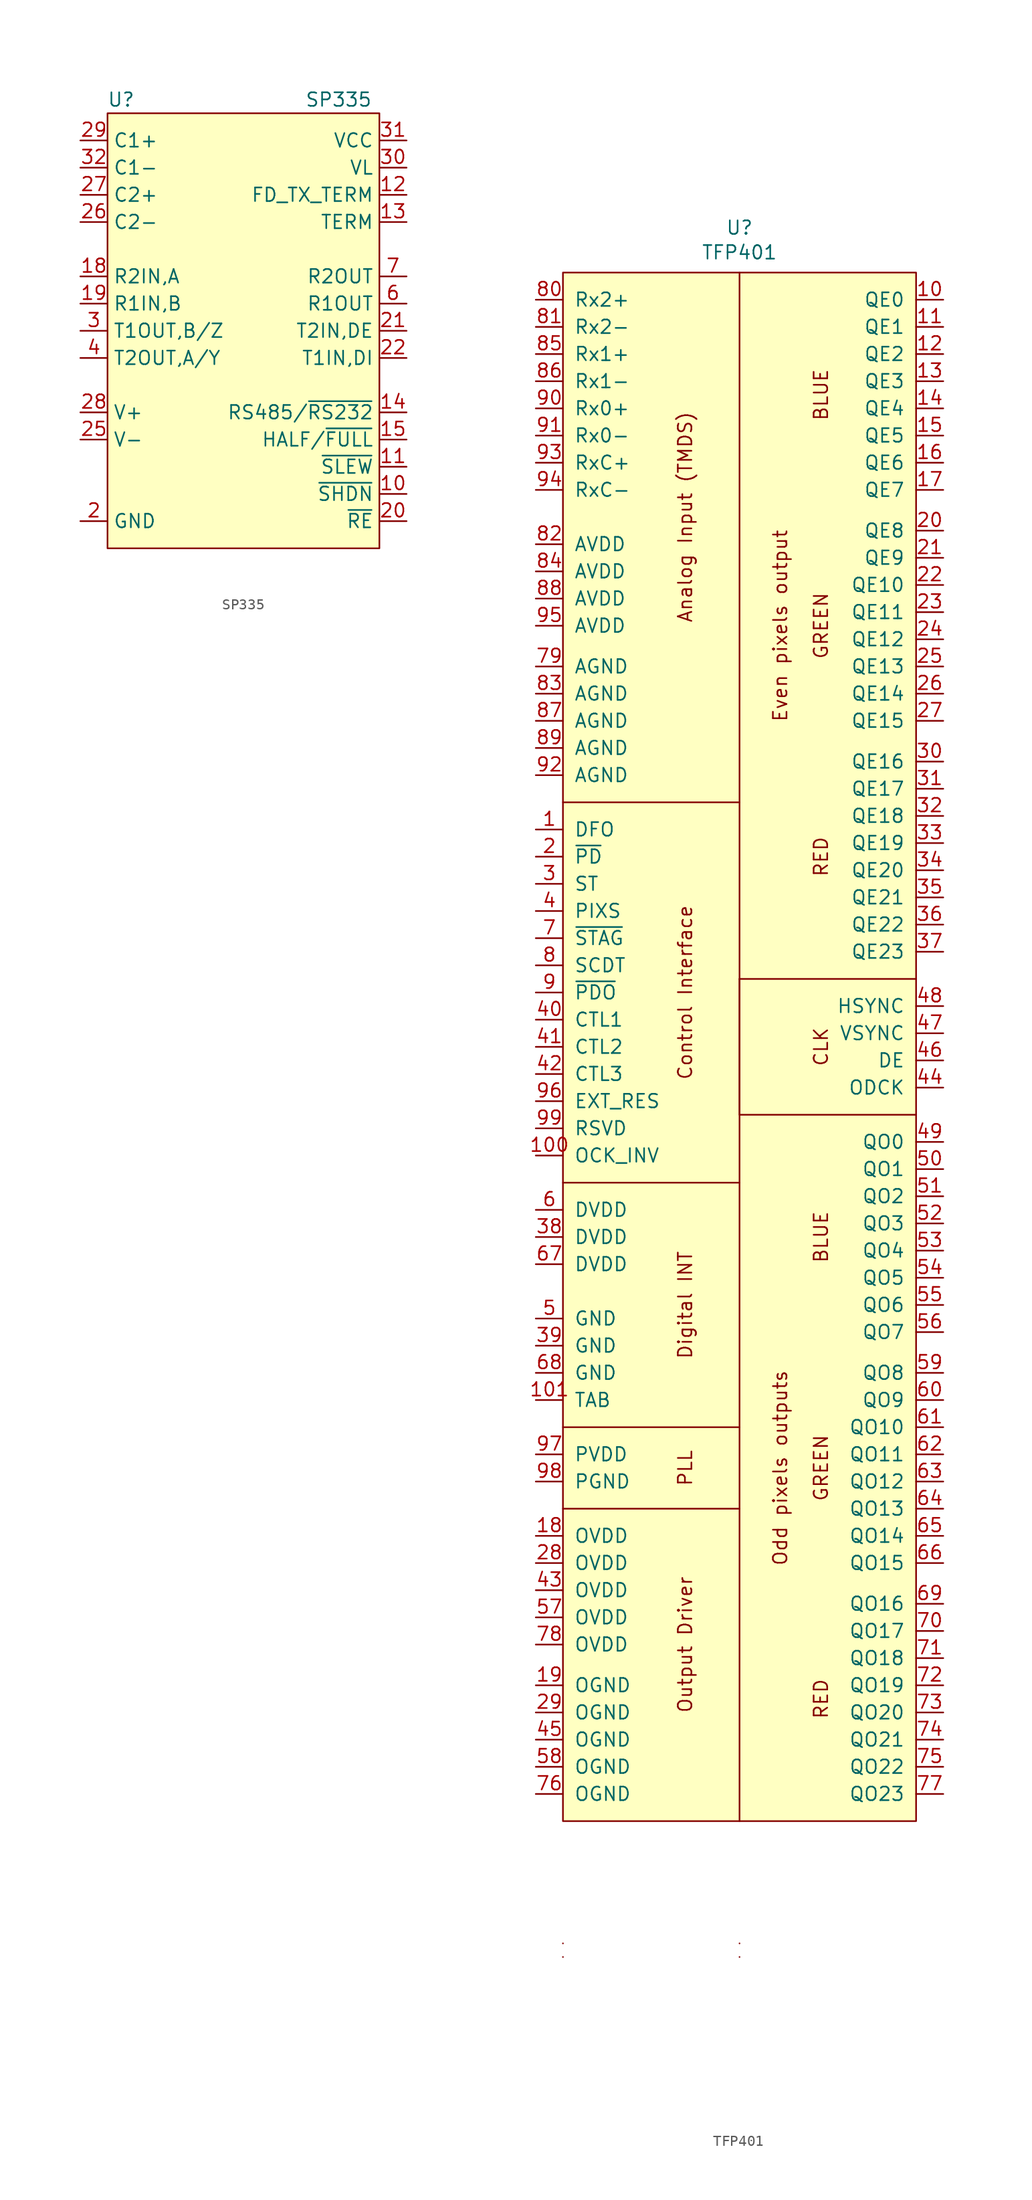
<source format=kicad_sym>
(kicad_symbol_lib
  (version 20231120)
  (generator "kicad_symbol_editor")
  (generator_version "8.0")
  (symbol "SP335"
    (property "Reference" "U"
      (at -11.43 19.05 0)
      (effects (font (size 1.27 1.27))))
    (property "Value" "SP335"
      (at 8.89 19.05 0)
      (effects (font (size 1.27 1.27))))
    (symbol "SP335_0_0"
      (pin no_connect line (at -15.24 -15.24 0) (length 2.54) hide (name "N.C." (effects (font (size 1.27 1.27)))) (number "1" (effects (font (size 1.27 1.27)))))
      (pin output line (at 15.24 -17.78 180) (length 2.54) (name "~{SHDN}" (effects (font (size 1.27 1.27)))) (number "10" (effects (font (size 1.27 1.27)))))
      (pin output line (at 15.24 -15.24 180) (length 2.54) (name "~{SLEW}" (effects (font (size 1.27 1.27)))) (number "11" (effects (font (size 1.27 1.27)))))
      (pin passive line (at 15.24 10.16 180) (length 2.54) (name "FD_TX_TERM" (effects (font (size 1.27 1.27)))) (number "12" (effects (font (size 1.27 1.27)))))
      (pin passive line (at 15.24 7.62 180) (length 2.54) (name "TERM" (effects (font (size 1.27 1.27)))) (number "13" (effects (font (size 1.27 1.27)))))
      (pin input line (at 15.24 -10.16 180) (length 2.54) (name "RS485/~{RS232}" (effects (font (size 1.27 1.27)))) (number "14" (effects (font (size 1.27 1.27)))))
      (pin unspecified line (at 15.24 -12.7 180) (length 2.54) (name "HALF/~{FULL}" (effects (font (size 1.27 1.27)))) (number "15" (effects (font (size 1.27 1.27)))))
      (pin no_connect line (at -15.24 -15.24 0) (length 2.54) hide (name "N.C." (effects (font (size 1.27 1.27)))) (number "16" (effects (font (size 1.27 1.27)))))
      (pin power_in line (at -15.24 -20.32 0) (length 2.54) hide (name "GND" (effects (font (size 1.27 1.27)))) (number "17" (effects (font (size 1.27 1.27)))))
      (pin input line (at -15.24 2.54 0) (length 2.54) (name "R2IN,A" (effects (font (size 1.27 1.27)))) (number "18" (effects (font (size 1.27 1.27)))))
      (pin input line (at -15.24 0 0) (length 2.54) (name "R1IN,B" (effects (font (size 1.27 1.27)))) (number "19" (effects (font (size 1.27 1.27)))))
      (pin power_in line (at -15.24 -20.32 0) (length 2.54) (name "GND" (effects (font (size 1.27 1.27)))) (number "2" (effects (font (size 1.27 1.27)))))
      (pin unspecified line (at 15.24 -20.32 180) (length 2.54) (name "~{RE}" (effects (font (size 1.27 1.27)))) (number "20" (effects (font (size 1.27 1.27)))))
      (pin input line (at 15.24 -2.54 180) (length 2.54) (name "T2IN,DE" (effects (font (size 1.27 1.27)))) (number "21" (effects (font (size 1.27 1.27)))))
      (pin input line (at 15.24 -5.08 180) (length 2.54) (name "T1IN,DI" (effects (font (size 1.27 1.27)))) (number "22" (effects (font (size 1.27 1.27)))))
      (pin no_connect line (at -15.24 -15.24 0) (length 2.54) hide (name "N.C." (effects (font (size 1.27 1.27)))) (number "23" (effects (font (size 1.27 1.27)))))
      (pin no_connect line (at -15.24 -15.24 0) (length 2.54) hide (name "N.C." (effects (font (size 1.27 1.27)))) (number "24" (effects (font (size 1.27 1.27)))))
      (pin passive line (at -15.24 -12.7 0) (length 2.54) (name "V-" (effects (font (size 1.27 1.27)))) (number "25" (effects (font (size 1.27 1.27)))))
      (pin passive line (at -15.24 7.62 0) (length 2.54) (name "C2-" (effects (font (size 1.27 1.27)))) (number "26" (effects (font (size 1.27 1.27)))))
      (pin passive line (at -15.24 10.16 0) (length 2.54) (name "C2+" (effects (font (size 1.27 1.27)))) (number "27" (effects (font (size 1.27 1.27)))))
      (pin passive line (at -15.24 -10.16 0) (length 2.54) (name "V+" (effects (font (size 1.27 1.27)))) (number "28" (effects (font (size 1.27 1.27)))))
      (pin passive line (at -15.24 15.24 0) (length 2.54) (name "C1+" (effects (font (size 1.27 1.27)))) (number "29" (effects (font (size 1.27 1.27)))))
      (pin bidirectional line (at -15.24 -2.54 0) (length 2.54) (name "T1OUT,B/Z" (effects (font (size 1.27 1.27)))) (number "3" (effects (font (size 1.27 1.27)))))
      (pin power_in line (at 15.24 12.7 180) (length 2.54) (name "VL" (effects (font (size 1.27 1.27)))) (number "30" (effects (font (size 1.27 1.27)))))
      (pin power_in line (at 15.24 15.24 180) (length 2.54) (name "VCC" (effects (font (size 1.27 1.27)))) (number "31" (effects (font (size 1.27 1.27)))))
      (pin passive line (at -15.24 12.7 0) (length 2.54) (name "C1-" (effects (font (size 1.27 1.27)))) (number "32" (effects (font (size 1.27 1.27)))))
      (pin power_in line (at -15.24 -20.32 0) (length 2.54) hide (name "GND" (effects (font (size 1.27 1.27)))) (number "33" (effects (font (size 1.27 1.27)))))
      (pin bidirectional line (at -15.24 -5.08 0) (length 2.54) (name "T2OUT,A/Y" (effects (font (size 1.27 1.27)))) (number "4" (effects (font (size 1.27 1.27)))))
      (pin no_connect line (at -15.24 -15.24 0) (length 2.54) hide (name "N.C." (effects (font (size 1.27 1.27)))) (number "5" (effects (font (size 1.27 1.27)))))
      (pin output line (at 15.24 0 180) (length 2.54) (name "R1OUT" (effects (font (size 1.27 1.27)))) (number "6" (effects (font (size 1.27 1.27)))))
      (pin output line (at 15.24 2.54 180) (length 2.54) (name "R2OUT" (effects (font (size 1.27 1.27)))) (number "7" (effects (font (size 1.27 1.27)))))
      (pin no_connect line (at -15.24 -15.24 0) (length 2.54) hide (name "N.C." (effects (font (size 1.27 1.27)))) (number "8" (effects (font (size 1.27 1.27)))))
      (pin no_connect line (at -15.24 -15.24 0) (length 2.54) hide (name "N.C." (effects (font (size 1.27 1.27)))) (number "9" (effects (font (size 1.27 1.27))))))
    (symbol "SP335_0_1"
      (rectangle (start -12.7 17.78) (end 12.7 -22.86) (stroke (width 0) (type default)) (fill (type background)))))
  (symbol "TFP401"
    (pin_names
      (offset 1.016))
    (property "Reference" "U"
      (at 0 4.191 0)
      (effects (font (size 1.27 1.27))))
    (property "Value" "TFP401"
      (at 0 1.88 0)
      (effects (font (size 1.27 1.27))))
    (symbol "TFP401_0_0"
      (polyline (pts (xy 0 -66.04) (xy 0 -78.74) (xy 16.51 -78.74)) (stroke (width 0) (type solid)) (fill (type none)))
      (text "BLUE" (at 7.62 -90.17 900) (effects (font (size 1.27 1.27))))
      (text "BLUE" (at 7.62 -11.43 900) (effects (font (size 1.27 1.27))))
      (text "Digital INT" (at -5.08 -96.52 900) (effects (font (size 1.27 1.27))))
      (text "GREEN" (at 7.62 -111.76 900) (effects (font (size 1.27 1.27))))
      (text "GREEN" (at 7.62 -33.02 900) (effects (font (size 1.27 1.27))))
      (text "RED" (at 7.62 -133.35 900) (effects (font (size 1.27 1.27))))
      (text "RED" (at 7.62 -54.61 900) (effects (font (size 1.27 1.27)))))
    (symbol "TFP401_0_1"
      (polyline (pts (xy -16.51 -157.48) (xy -16.51 -157.48)) (stroke (width 0) (type default)) (fill (type none)))
      (polyline (pts (xy -16.51 -156.21) (xy -16.51 -156.21)) (stroke (width 0) (type default)) (fill (type none)))
      (polyline (pts (xy 0 -157.48) (xy 0 -157.48)) (stroke (width 0) (type default)) (fill (type none)))
      (polyline (pts (xy 0 -156.21) (xy 0 -156.21)) (stroke (width 0) (type default)) (fill (type none)))
      (polyline (pts (xy 0 -144.78) (xy 0 0)) (stroke (width 0) (type default)) (fill (type none)))
      (polyline (pts (xy 16.51 -66.04) (xy 0 -66.04)) (stroke (width 0) (type solid)) (fill (type none)))
      (polyline (pts (xy -16.51 -115.57) (xy 0 -115.57) (xy 0 -115.57)) (stroke (width 0) (type default)) (fill (type none)))
      (polyline (pts (xy -16.51 -107.95) (xy 0 -107.95) (xy 0 -107.95)) (stroke (width 0) (type default)) (fill (type none)))
      (polyline (pts (xy -16.51 -85.09) (xy 0 -85.09) (xy 0 -85.09)) (stroke (width 0) (type default)) (fill (type none)))
      (polyline (pts (xy -16.51 -49.53) (xy 0 -49.53) (xy 0 -49.53)) (stroke (width 0) (type default)) (fill (type none))))
    (symbol "TFP401_1_0"
      (rectangle (start -16.51 0) (end 16.51 -144.78) (stroke (width 0) (type solid)) (fill (type background)))
      (text "Analog Input (TMDS)" (at -5.08 -22.86 900) (effects (font (size 1.27 1.27))))
      (text "CLK" (at 7.62 -72.39 900) (effects (font (size 1.27 1.27))))
      (text "Control Interface" (at -5.08 -67.31 900) (effects (font (size 1.27 1.27))))
      (text "Even pixels output" (at 3.81 -33.02 900) (effects (font (size 1.27 1.27))))
      (text "Odd pixels outputs" (at 3.81 -111.76 900) (effects (font (size 1.27 1.27))))
      (text "Output Driver" (at -5.08 -128.27 900) (effects (font (size 1.27 1.27))))
      (text "PLL" (at -5.08 -111.76 900) (effects (font (size 1.27 1.27)))))
    (symbol "TFP401_1_1"
      (pin input line (at -19.05 -52.07 0) (length 2.54) (name "DFO" (effects (font (size 1.27 1.27)))) (number "1" (effects (font (size 1.27 1.27)))))
      (pin output line (at 19.05 -2.54 180) (length 2.54) (name "QE0" (effects (font (size 1.27 1.27)))) (number "10" (effects (font (size 1.27 1.27)))))
      (pin input line (at -19.05 -82.55 0) (length 2.54) (name "OCK_INV" (effects (font (size 1.27 1.27)))) (number "100" (effects (font (size 1.27 1.27)))))
      (pin power_in line (at -19.05 -105.41 0) (length 2.54) (name "TAB" (effects (font (size 1.27 1.27)))) (number "101" (effects (font (size 1.27 1.27)))))
      (pin output line (at 19.05 -5.08 180) (length 2.54) (name "QE1" (effects (font (size 1.27 1.27)))) (number "11" (effects (font (size 1.27 1.27)))))
      (pin output line (at 19.05 -7.62 180) (length 2.54) (name "QE2" (effects (font (size 1.27 1.27)))) (number "12" (effects (font (size 1.27 1.27)))))
      (pin output line (at 19.05 -10.16 180) (length 2.54) (name "QE3" (effects (font (size 1.27 1.27)))) (number "13" (effects (font (size 1.27 1.27)))))
      (pin output line (at 19.05 -12.7 180) (length 2.54) (name "QE4" (effects (font (size 1.27 1.27)))) (number "14" (effects (font (size 1.27 1.27)))))
      (pin output line (at 19.05 -15.24 180) (length 2.54) (name "QE5" (effects (font (size 1.27 1.27)))) (number "15" (effects (font (size 1.27 1.27)))))
      (pin output line (at 19.05 -17.78 180) (length 2.54) (name "QE6" (effects (font (size 1.27 1.27)))) (number "16" (effects (font (size 1.27 1.27)))))
      (pin output line (at 19.05 -20.32 180) (length 2.54) (name "QE7" (effects (font (size 1.27 1.27)))) (number "17" (effects (font (size 1.27 1.27)))))
      (pin power_in line (at -19.05 -118.11 0) (length 2.54) (name "OVDD" (effects (font (size 1.27 1.27)))) (number "18" (effects (font (size 1.27 1.27)))))
      (pin power_in line (at -19.05 -132.08 0) (length 2.54) (name "OGND" (effects (font (size 1.27 1.27)))) (number "19" (effects (font (size 1.27 1.27)))))
      (pin input line (at -19.05 -54.61 0) (length 2.54) (name "~{PD}" (effects (font (size 1.27 1.27)))) (number "2" (effects (font (size 1.27 1.27)))))
      (pin output line (at 19.05 -24.13 180) (length 2.54) (name "QE8" (effects (font (size 1.27 1.27)))) (number "20" (effects (font (size 1.27 1.27)))))
      (pin output line (at 19.05 -26.67 180) (length 2.54) (name "QE9" (effects (font (size 1.27 1.27)))) (number "21" (effects (font (size 1.27 1.27)))))
      (pin output line (at 19.05 -29.21 180) (length 2.54) (name "QE10" (effects (font (size 1.27 1.27)))) (number "22" (effects (font (size 1.27 1.27)))))
      (pin output line (at 19.05 -31.75 180) (length 2.54) (name "QE11" (effects (font (size 1.27 1.27)))) (number "23" (effects (font (size 1.27 1.27)))))
      (pin output line (at 19.05 -34.29 180) (length 2.54) (name "QE12" (effects (font (size 1.27 1.27)))) (number "24" (effects (font (size 1.27 1.27)))))
      (pin output line (at 19.05 -36.83 180) (length 2.54) (name "QE13" (effects (font (size 1.27 1.27)))) (number "25" (effects (font (size 1.27 1.27)))))
      (pin output line (at 19.05 -39.37 180) (length 2.54) (name "QE14" (effects (font (size 1.27 1.27)))) (number "26" (effects (font (size 1.27 1.27)))))
      (pin output line (at 19.05 -41.91 180) (length 2.54) (name "QE15" (effects (font (size 1.27 1.27)))) (number "27" (effects (font (size 1.27 1.27)))))
      (pin power_in line (at -19.05 -120.65 0) (length 2.54) (name "OVDD" (effects (font (size 1.27 1.27)))) (number "28" (effects (font (size 1.27 1.27)))))
      (pin power_in line (at -19.05 -134.62 0) (length 2.54) (name "OGND" (effects (font (size 1.27 1.27)))) (number "29" (effects (font (size 1.27 1.27)))))
      (pin input line (at -19.05 -57.15 0) (length 2.54) (name "ST" (effects (font (size 1.27 1.27)))) (number "3" (effects (font (size 1.27 1.27)))))
      (pin output line (at 19.05 -45.72 180) (length 2.54) (name "QE16" (effects (font (size 1.27 1.27)))) (number "30" (effects (font (size 1.27 1.27)))))
      (pin output line (at 19.05 -48.26 180) (length 2.54) (name "QE17" (effects (font (size 1.27 1.27)))) (number "31" (effects (font (size 1.27 1.27)))))
      (pin output line (at 19.05 -50.8 180) (length 2.54) (name "QE18" (effects (font (size 1.27 1.27)))) (number "32" (effects (font (size 1.27 1.27)))))
      (pin output line (at 19.05 -53.34 180) (length 2.54) (name "QE19" (effects (font (size 1.27 1.27)))) (number "33" (effects (font (size 1.27 1.27)))))
      (pin output line (at 19.05 -55.88 180) (length 2.54) (name "QE20" (effects (font (size 1.27 1.27)))) (number "34" (effects (font (size 1.27 1.27)))))
      (pin output line (at 19.05 -58.42 180) (length 2.54) (name "QE21" (effects (font (size 1.27 1.27)))) (number "35" (effects (font (size 1.27 1.27)))))
      (pin output line (at 19.05 -60.96 180) (length 2.54) (name "QE22" (effects (font (size 1.27 1.27)))) (number "36" (effects (font (size 1.27 1.27)))))
      (pin output line (at 19.05 -63.5 180) (length 2.54) (name "QE23" (effects (font (size 1.27 1.27)))) (number "37" (effects (font (size 1.27 1.27)))))
      (pin power_in line (at -19.05 -90.17 0) (length 2.54) (name "DVDD" (effects (font (size 1.27 1.27)))) (number "38" (effects (font (size 1.27 1.27)))))
      (pin power_in line (at -19.05 -100.33 0) (length 2.54) (name "GND" (effects (font (size 1.27 1.27)))) (number "39" (effects (font (size 1.27 1.27)))))
      (pin input line (at -19.05 -59.69 0) (length 2.54) (name "PIXS" (effects (font (size 1.27 1.27)))) (number "4" (effects (font (size 1.27 1.27)))))
      (pin output line (at -19.05 -69.85 0) (length 2.54) (name "CTL1" (effects (font (size 1.27 1.27)))) (number "40" (effects (font (size 1.27 1.27)))))
      (pin output line (at -19.05 -72.39 0) (length 2.54) (name "CTL2" (effects (font (size 1.27 1.27)))) (number "41" (effects (font (size 1.27 1.27)))))
      (pin output line (at -19.05 -74.93 0) (length 2.54) (name "CTL3" (effects (font (size 1.27 1.27)))) (number "42" (effects (font (size 1.27 1.27)))))
      (pin power_in line (at -19.05 -123.19 0) (length 2.54) (name "OVDD" (effects (font (size 1.27 1.27)))) (number "43" (effects (font (size 1.27 1.27)))))
      (pin output line (at 19.05 -76.2 180) (length 2.54) (name "ODCK" (effects (font (size 1.27 1.27)))) (number "44" (effects (font (size 1.27 1.27)))))
      (pin power_in line (at -19.05 -137.16 0) (length 2.54) (name "OGND" (effects (font (size 1.27 1.27)))) (number "45" (effects (font (size 1.27 1.27)))))
      (pin output line (at 19.05 -73.66 180) (length 2.54) (name "DE" (effects (font (size 1.27 1.27)))) (number "46" (effects (font (size 1.27 1.27)))))
      (pin output line (at 19.05 -71.12 180) (length 2.54) (name "VSYNC" (effects (font (size 1.27 1.27)))) (number "47" (effects (font (size 1.27 1.27)))))
      (pin output line (at 19.05 -68.58 180) (length 2.54) (name "HSYNC" (effects (font (size 1.27 1.27)))) (number "48" (effects (font (size 1.27 1.27)))))
      (pin output line (at 19.05 -81.28 180) (length 2.54) (name "QO0" (effects (font (size 1.27 1.27)))) (number "49" (effects (font (size 1.27 1.27)))))
      (pin power_in line (at -19.05 -97.79 0) (length 2.54) (name "GND" (effects (font (size 1.27 1.27)))) (number "5" (effects (font (size 1.27 1.27)))))
      (pin output line (at 19.05 -83.82 180) (length 2.54) (name "QO1" (effects (font (size 1.27 1.27)))) (number "50" (effects (font (size 1.27 1.27)))))
      (pin output line (at 19.05 -86.36 180) (length 2.54) (name "QO2" (effects (font (size 1.27 1.27)))) (number "51" (effects (font (size 1.27 1.27)))))
      (pin output line (at 19.05 -88.9 180) (length 2.54) (name "QO3" (effects (font (size 1.27 1.27)))) (number "52" (effects (font (size 1.27 1.27)))))
      (pin output line (at 19.05 -91.44 180) (length 2.54) (name "QO4" (effects (font (size 1.27 1.27)))) (number "53" (effects (font (size 1.27 1.27)))))
      (pin output line (at 19.05 -93.98 180) (length 2.54) (name "QO5" (effects (font (size 1.27 1.27)))) (number "54" (effects (font (size 1.27 1.27)))))
      (pin output line (at 19.05 -96.52 180) (length 2.54) (name "QO6" (effects (font (size 1.27 1.27)))) (number "55" (effects (font (size 1.27 1.27)))))
      (pin output line (at 19.05 -99.06 180) (length 2.54) (name "QO7" (effects (font (size 1.27 1.27)))) (number "56" (effects (font (size 1.27 1.27)))))
      (pin power_in line (at -19.05 -125.73 0) (length 2.54) (name "OVDD" (effects (font (size 1.27 1.27)))) (number "57" (effects (font (size 1.27 1.27)))))
      (pin power_in line (at -19.05 -139.7 0) (length 2.54) (name "OGND" (effects (font (size 1.27 1.27)))) (number "58" (effects (font (size 1.27 1.27)))))
      (pin output line (at 19.05 -102.87 180) (length 2.54) (name "QO8" (effects (font (size 1.27 1.27)))) (number "59" (effects (font (size 1.27 1.27)))))
      (pin power_in line (at -19.05 -87.63 0) (length 2.54) (name "DVDD" (effects (font (size 1.27 1.27)))) (number "6" (effects (font (size 1.27 1.27)))))
      (pin output line (at 19.05 -105.41 180) (length 2.54) (name "QO9" (effects (font (size 1.27 1.27)))) (number "60" (effects (font (size 1.27 1.27)))))
      (pin output line (at 19.05 -107.95 180) (length 2.54) (name "QO10" (effects (font (size 1.27 1.27)))) (number "61" (effects (font (size 1.27 1.27)))))
      (pin output line (at 19.05 -110.49 180) (length 2.54) (name "QO11" (effects (font (size 1.27 1.27)))) (number "62" (effects (font (size 1.27 1.27)))))
      (pin output line (at 19.05 -113.03 180) (length 2.54) (name "QO12" (effects (font (size 1.27 1.27)))) (number "63" (effects (font (size 1.27 1.27)))))
      (pin output line (at 19.05 -115.57 180) (length 2.54) (name "QO13" (effects (font (size 1.27 1.27)))) (number "64" (effects (font (size 1.27 1.27)))))
      (pin output line (at 19.05 -118.11 180) (length 2.54) (name "QO14" (effects (font (size 1.27 1.27)))) (number "65" (effects (font (size 1.27 1.27)))))
      (pin output line (at 19.05 -120.65 180) (length 2.54) (name "QO15" (effects (font (size 1.27 1.27)))) (number "66" (effects (font (size 1.27 1.27)))))
      (pin power_in line (at -19.05 -92.71 0) (length 2.54) (name "DVDD" (effects (font (size 1.27 1.27)))) (number "67" (effects (font (size 1.27 1.27)))))
      (pin power_in line (at -19.05 -102.87 0) (length 2.54) (name "GND" (effects (font (size 1.27 1.27)))) (number "68" (effects (font (size 1.27 1.27)))))
      (pin output line (at 19.05 -124.46 180) (length 2.54) (name "QO16" (effects (font (size 1.27 1.27)))) (number "69" (effects (font (size 1.27 1.27)))))
      (pin input line (at -19.05 -62.23 0) (length 2.54) (name "~{STAG}" (effects (font (size 1.27 1.27)))) (number "7" (effects (font (size 1.27 1.27)))))
      (pin output line (at 19.05 -127 180) (length 2.54) (name "QO17" (effects (font (size 1.27 1.27)))) (number "70" (effects (font (size 1.27 1.27)))))
      (pin output line (at 19.05 -129.54 180) (length 2.54) (name "QO18" (effects (font (size 1.27 1.27)))) (number "71" (effects (font (size 1.27 1.27)))))
      (pin output line (at 19.05 -132.08 180) (length 2.54) (name "QO19" (effects (font (size 1.27 1.27)))) (number "72" (effects (font (size 1.27 1.27)))))
      (pin output line (at 19.05 -134.62 180) (length 2.54) (name "QO20" (effects (font (size 1.27 1.27)))) (number "73" (effects (font (size 1.27 1.27)))))
      (pin output line (at 19.05 -137.16 180) (length 2.54) (name "QO21" (effects (font (size 1.27 1.27)))) (number "74" (effects (font (size 1.27 1.27)))))
      (pin output line (at 19.05 -139.7 180) (length 2.54) (name "QO22" (effects (font (size 1.27 1.27)))) (number "75" (effects (font (size 1.27 1.27)))))
      (pin power_in line (at -19.05 -142.24 0) (length 2.54) (name "OGND" (effects (font (size 1.27 1.27)))) (number "76" (effects (font (size 1.27 1.27)))))
      (pin output line (at 19.05 -142.24 180) (length 2.54) (name "QO23" (effects (font (size 1.27 1.27)))) (number "77" (effects (font (size 1.27 1.27)))))
      (pin power_in line (at -19.05 -128.27 0) (length 2.54) (name "OVDD" (effects (font (size 1.27 1.27)))) (number "78" (effects (font (size 1.27 1.27)))))
      (pin power_in line (at -19.05 -36.83 0) (length 2.54) (name "AGND" (effects (font (size 1.27 1.27)))) (number "79" (effects (font (size 1.27 1.27)))))
      (pin output line (at -19.05 -64.77 0) (length 2.54) (name "SCDT" (effects (font (size 1.27 1.27)))) (number "8" (effects (font (size 1.27 1.27)))))
      (pin input line (at -19.05 -2.54 0) (length 2.54) (name "Rx2+" (effects (font (size 1.27 1.27)))) (number "80" (effects (font (size 1.27 1.27)))))
      (pin input line (at -19.05 -5.08 0) (length 2.54) (name "Rx2-" (effects (font (size 1.27 1.27)))) (number "81" (effects (font (size 1.27 1.27)))))
      (pin power_in line (at -19.05 -25.4 0) (length 2.54) (name "AVDD" (effects (font (size 1.27 1.27)))) (number "82" (effects (font (size 1.27 1.27)))))
      (pin power_in line (at -19.05 -39.37 0) (length 2.54) (name "AGND" (effects (font (size 1.27 1.27)))) (number "83" (effects (font (size 1.27 1.27)))))
      (pin power_in line (at -19.05 -27.94 0) (length 2.54) (name "AVDD" (effects (font (size 1.27 1.27)))) (number "84" (effects (font (size 1.27 1.27)))))
      (pin input line (at -19.05 -7.62 0) (length 2.54) (name "Rx1+" (effects (font (size 1.27 1.27)))) (number "85" (effects (font (size 1.27 1.27)))))
      (pin input line (at -19.05 -10.16 0) (length 2.54) (name "Rx1-" (effects (font (size 1.27 1.27)))) (number "86" (effects (font (size 1.27 1.27)))))
      (pin power_in line (at -19.05 -41.91 0) (length 2.54) (name "AGND" (effects (font (size 1.27 1.27)))) (number "87" (effects (font (size 1.27 1.27)))))
      (pin power_in line (at -19.05 -30.48 0) (length 2.54) (name "AVDD" (effects (font (size 1.27 1.27)))) (number "88" (effects (font (size 1.27 1.27)))))
      (pin power_in line (at -19.05 -44.45 0) (length 2.54) (name "AGND" (effects (font (size 1.27 1.27)))) (number "89" (effects (font (size 1.27 1.27)))))
      (pin input line (at -19.05 -67.31 0) (length 2.54) (name "~{PDO}" (effects (font (size 1.27 1.27)))) (number "9" (effects (font (size 1.27 1.27)))))
      (pin input line (at -19.05 -12.7 0) (length 2.54) (name "Rx0+" (effects (font (size 1.27 1.27)))) (number "90" (effects (font (size 1.27 1.27)))))
      (pin input line (at -19.05 -15.24 0) (length 2.54) (name "Rx0-" (effects (font (size 1.27 1.27)))) (number "91" (effects (font (size 1.27 1.27)))))
      (pin power_in line (at -19.05 -46.99 0) (length 2.54) (name "AGND" (effects (font (size 1.27 1.27)))) (number "92" (effects (font (size 1.27 1.27)))))
      (pin input line (at -19.05 -17.78 0) (length 2.54) (name "RxC+" (effects (font (size 1.27 1.27)))) (number "93" (effects (font (size 1.27 1.27)))))
      (pin input line (at -19.05 -20.32 0) (length 2.54) (name "RxC-" (effects (font (size 1.27 1.27)))) (number "94" (effects (font (size 1.27 1.27)))))
      (pin power_in line (at -19.05 -33.02 0) (length 2.54) (name "AVDD" (effects (font (size 1.27 1.27)))) (number "95" (effects (font (size 1.27 1.27)))))
      (pin input line (at -19.05 -77.47 0) (length 2.54) (name "EXT_RES" (effects (font (size 1.27 1.27)))) (number "96" (effects (font (size 1.27 1.27)))))
      (pin power_in line (at -19.05 -110.49 0) (length 2.54) (name "PVDD" (effects (font (size 1.27 1.27)))) (number "97" (effects (font (size 1.27 1.27)))))
      (pin power_in line (at -19.05 -113.03 0) (length 2.54) (name "PGND" (effects (font (size 1.27 1.27)))) (number "98" (effects (font (size 1.27 1.27)))))
      (pin input line (at -19.05 -80.01 0) (length 2.54) (name "RSVD" (effects (font (size 1.27 1.27)))) (number "99" (effects (font (size 1.27 1.27))))))))
</source>
